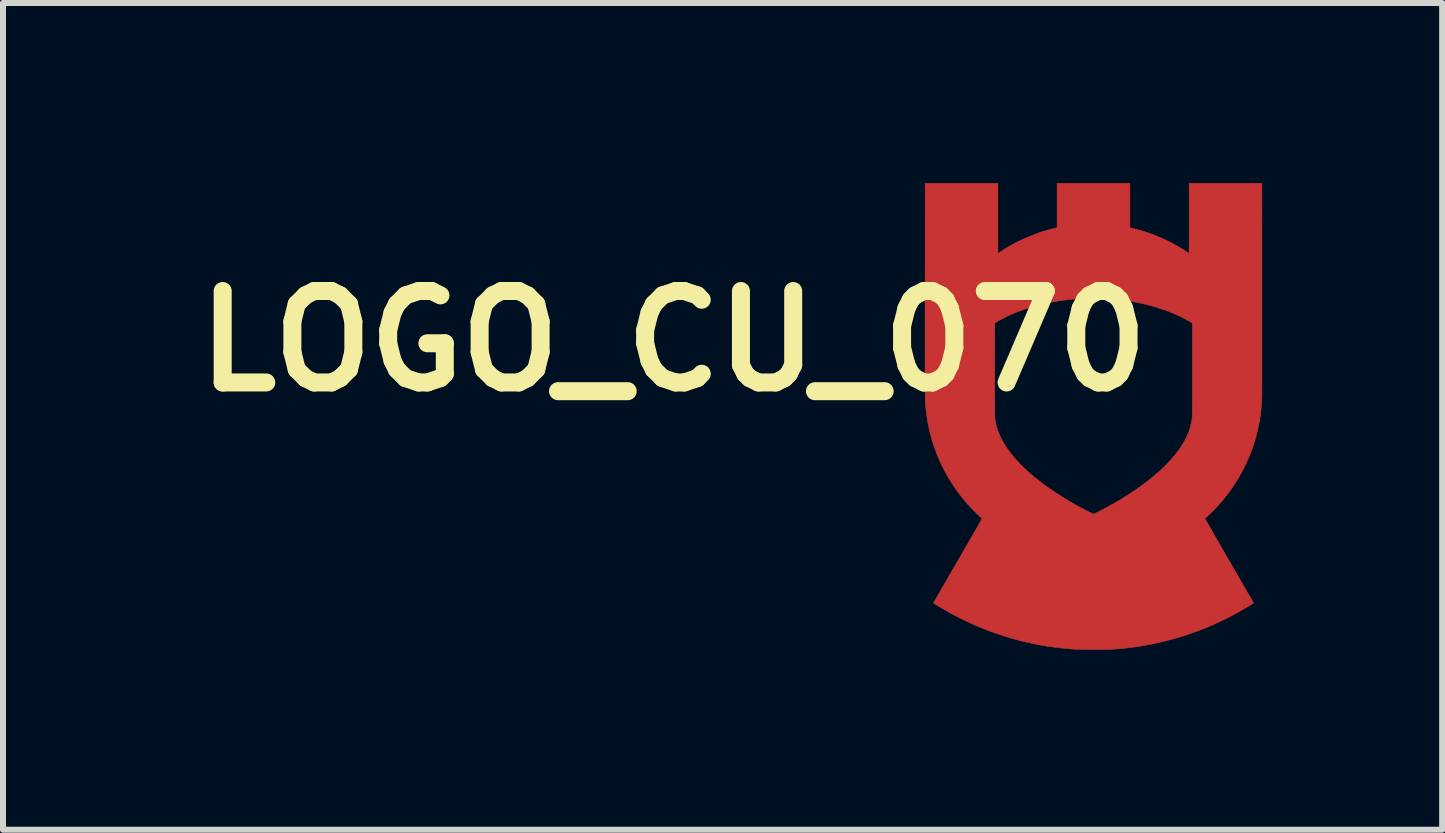
<source format=kicad_pcb>
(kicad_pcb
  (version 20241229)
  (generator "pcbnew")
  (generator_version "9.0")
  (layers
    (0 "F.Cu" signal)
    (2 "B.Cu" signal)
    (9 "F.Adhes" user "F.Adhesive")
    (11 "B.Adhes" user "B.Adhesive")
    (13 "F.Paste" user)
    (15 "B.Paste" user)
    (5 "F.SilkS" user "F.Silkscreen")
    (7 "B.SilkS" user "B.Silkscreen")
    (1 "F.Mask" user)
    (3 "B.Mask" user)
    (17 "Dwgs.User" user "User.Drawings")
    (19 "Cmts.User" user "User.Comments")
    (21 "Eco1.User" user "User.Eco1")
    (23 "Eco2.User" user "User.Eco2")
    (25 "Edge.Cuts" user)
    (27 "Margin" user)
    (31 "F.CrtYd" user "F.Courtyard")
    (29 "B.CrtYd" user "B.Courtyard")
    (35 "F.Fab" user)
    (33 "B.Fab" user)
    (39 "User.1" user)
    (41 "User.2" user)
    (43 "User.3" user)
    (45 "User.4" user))
  (footprint "LOGO_CU_070"
    (layer "F.Cu")
    (at 15.172 2.834)
    (property "Reference" "LOGO_CU_070" (at -7 -0.2 0) (layer "F.SilkS") (effects (font (size 1.524 1.524) (thickness 0.3))))
    (attr through_hole)
    (fp_poly (pts (xy -1.594 -2.244) (xy -1.594 -2.196) (xy -1.594 -2.15) (xy -1.594 -2.104) (xy -1.594 -2.06) (xy -1.594 -2.017) (xy -1.594 -1.976) (xy -1.594 -1.937) (xy -1.594 -1.899) (xy -1.594 -1.864) (xy -1.594 -1.831) (xy -1.594 -1.801) (xy -1.594 -1.773) (xy -1.594 -1.747) (xy -1.593 -1.725) (xy -1.593 -1.706) (xy -1.593 -1.689) (xy -1.593 -1.677) (xy -1.593 -1.667) (xy -1.593 -1.662) (xy -1.593 -1.66) (xy -1.591 -1.661) (xy -1.586 -1.664) (xy -1.579 -1.669) (xy -1.57 -1.675) (xy -1.559 -1.682) (xy -1.548 -1.689) (xy -1.502 -1.719) (xy -1.456 -1.748) (xy -1.411 -1.774) (xy -1.366 -1.8) (xy -1.319 -1.826) (xy -1.269 -1.851) (xy -1.244 -1.864) (xy -1.15 -1.908) (xy -1.054 -1.949) (xy -0.958 -1.986) (xy -0.861 -2.02) (xy -0.762 -2.05) (xy -0.661 -2.076) (xy -0.622 -2.085) (xy -0.606 -2.089) (xy -0.606 -2.829) (xy 0.606 -2.829) (xy 0.606 -2.089) (xy 0.618 -2.086) (xy 0.629 -2.084) (xy 0.644 -2.08) (xy 0.66 -2.076) (xy 0.679 -2.072) (xy 0.699 -2.066) (xy 0.719 -2.061) (xy 0.738 -2.056) (xy 0.757 -2.051) (xy 0.774 -2.046) (xy 0.782 -2.044) (xy 0.875 -2.015) (xy 0.968 -1.983) (xy 1.061 -1.947) (xy 1.152 -1.907) (xy 1.242 -1.865) (xy 1.331 -1.819) (xy 1.417 -1.771) (xy 1.501 -1.72) (xy 1.561 -1.681) (xy 1.57 -1.675) (xy 1.579 -1.669) (xy 1.586 -1.664) (xy 1.591 -1.661) (xy 1.593 -1.66) (xy 1.593 -1.662) (xy 1.593 -1.667) (xy 1.593 -1.677) (xy 1.593 -1.69) (xy 1.593 -1.706) (xy 1.593 -1.725) (xy 1.594 -1.747) (xy 1.594 -1.773) (xy 1.594 -1.801) (xy 1.594 -1.831) (xy 1.594 -1.864) (xy 1.594 -1.899) (xy 1.594 -1.937) (xy 1.594 -1.976) (xy 1.594 -2.017) (xy 1.594 -2.06) (xy 1.594 -2.104) (xy 1.594 -2.15) (xy 1.594 -2.196) (xy 1.594 -2.244) (xy 1.594 -2.829) (xy 2.805 -2.829) (xy 2.806 -1.096) (xy 2.806 -1.013) (xy 2.806 -0.931) (xy 2.806 -0.849) (xy 2.806 -0.769) (xy 2.806 -0.69) (xy 2.806 -0.611) (xy 2.806 -0.535) (xy 2.806 -0.459) (xy 2.806 -0.385) (xy 2.806 -0.313) (xy 2.806 -0.242) (xy 2.806 -0.173) (xy 2.806 -0.106) (xy 2.806 -0.041) (xy 2.806 0.022) (xy 2.806 0.083) (xy 2.806 0.142) (xy 2.806 0.198) (xy 2.806 0.252) (xy 2.806 0.304) (xy 2.806 0.353) (xy 2.806 0.399) (xy 2.806 0.442) (xy 2.805 0.483) (xy 2.805 0.52) (xy 2.805 0.555) (xy 2.805 0.586) (xy 2.805 0.614) (xy 2.805 0.639) (xy 2.805 0.66) (xy 2.805 0.678) (xy 2.805 0.692) (xy 2.805 0.702) (xy 2.805 0.708) (xy 2.805 0.709) (xy 2.804 0.751) (xy 2.802 0.791) (xy 2.8 0.828) (xy 2.798 0.866) (xy 2.795 0.903) (xy 2.791 0.943) (xy 2.788 0.965) (xy 2.775 1.068) (xy 2.758 1.17) (xy 2.736 1.272) (xy 2.712 1.373) (xy 2.683 1.472) (xy 2.651 1.571) (xy 2.615 1.669) (xy 2.575 1.765) (xy 2.533 1.859) (xy 2.486 1.952) (xy 2.436 2.043) (xy 2.383 2.132) (xy 2.327 2.219) (xy 2.268 2.304) (xy 2.236 2.347) (xy 2.189 2.406) (xy 2.141 2.465) (xy 2.09 2.523) (xy 2.038 2.579) (xy 1.985 2.634) (xy 1.932 2.686) (xy 1.88 2.735) (xy 1.871 2.742) (xy 1.865 2.748) (xy 1.859 2.753) (xy 1.856 2.757) (xy 1.855 2.758) (xy 1.856 2.76) (xy 1.859 2.765) (xy 1.864 2.773) (xy 1.87 2.785) (xy 1.878 2.799) (xy 1.888 2.815) (xy 1.899 2.835) (xy 1.912 2.857) (xy 1.925 2.881) (xy 1.941 2.907) (xy 1.957 2.936) (xy 1.975 2.966) (xy 1.993 2.998) (xy 2.012 3.032) (xy 2.033 3.067) (xy 2.054 3.104) (xy 2.076 3.141) (xy 2.098 3.18) (xy 2.121 3.22) (xy 2.144 3.26) (xy 2.168 3.302) (xy 2.192 3.343) (xy 2.216 3.385) (xy 2.241 3.428) (xy 2.265 3.47) (xy 2.29 3.512) (xy 2.314 3.555) (xy 2.338 3.597) (xy 2.362 3.638) (xy 2.386 3.679) (xy 2.409 3.719) (xy 2.432 3.758) (xy 2.454 3.796) (xy 2.475 3.833) (xy 2.496 3.869) (xy 2.516 3.904) (xy 2.535 3.936) (xy 2.553 3.968) (xy 2.57 3.997) (xy 2.586 4.024) (xy 2.6 4.049) (xy 2.614 4.072) (xy 2.626 4.093) (xy 2.636 4.111) (xy 2.645 4.126) (xy 2.652 4.139) (xy 2.658 4.148) (xy 2.662 4.155) (xy 2.664 4.158) (xy 2.664 4.159) (xy 2.666 4.162) (xy 2.666 4.164) (xy 2.664 4.166) (xy 2.659 4.169) (xy 2.651 4.174) (xy 2.642 4.18) (xy 2.631 4.186) (xy 2.625 4.191) (xy 2.504 4.263) (xy 2.382 4.333) (xy 2.259 4.398) (xy 2.134 4.46) (xy 2.007 4.519) (xy 1.879 4.574) (xy 1.749 4.625) (xy 1.618 4.672) (xy 1.486 4.716) (xy 1.352 4.756) (xy 1.217 4.792) (xy 1.081 4.825) (xy 0.943 4.854) (xy 0.857 4.87) (xy 0.783 4.882) (xy 0.706 4.894) (xy 0.627 4.904) (xy 0.549 4.914) (xy 0.47 4.922) (xy 0.394 4.929) (xy 0.389 4.929) (xy 0.374 4.93) (xy 0.36 4.931) (xy 0.347 4.932) (xy 0.336 4.933) (xy 0.324 4.934) (xy 0.314 4.935) (xy 0.303 4.935) (xy 0.292 4.936) (xy 0.281 4.936) (xy 0.269 4.936) (xy 0.256 4.937) (xy 0.242 4.937) (xy 0.226 4.937) (xy 0.209 4.937) (xy 0.189 4.938) (xy 0.167 4.938) (xy 0.143 4.938) (xy 0.116 4.938) (xy 0.085 4.938) (xy 0.051 4.938) (xy 0.015 4.938) (xy -0.026 4.938) (xy -0.063 4.938) (xy -0.097 4.938) (xy -0.127 4.938) (xy -0.154 4.938) (xy -0.178 4.938) (xy -0.2 4.938) (xy -0.218 4.938) (xy -0.235 4.938) (xy -0.249 4.937) (xy -0.262 4.937) (xy -0.273 4.937) (xy -0.282 4.936) (xy -0.29 4.936) (xy -0.292 4.936) (xy -0.421 4.926) (xy -0.548 4.914) (xy -0.672 4.898) (xy -0.796 4.88) (xy -0.918 4.858) (xy -1.04 4.834) (xy -1.161 4.806) (xy -1.191 4.799) (xy -1.326 4.763) (xy -1.46 4.724) (xy -1.593 4.681) (xy -1.724 4.634) (xy -1.854 4.584) (xy -1.982 4.53) (xy -2.109 4.472) (xy -2.234 4.411) (xy -2.358 4.346) (xy -2.481 4.277) (xy -2.601 4.205) (xy -2.621 4.193) (xy -2.635 4.184) (xy -2.645 4.177) (xy -2.653 4.172) (xy -2.659 4.168) (xy -2.662 4.166) (xy -2.664 4.164) (xy -2.665 4.162) (xy -2.665 4.161) (xy -2.664 4.16) (xy -2.663 4.158) (xy -2.66 4.152) (xy -2.655 4.144) (xy -2.648 4.132) (xy -2.64 4.118) (xy -2.63 4.101) (xy -2.619 4.081) (xy -2.606 4.059) (xy -2.592 4.035) (xy -2.576 4.008) (xy -2.56 3.98) (xy -2.542 3.949) (xy -2.523 3.917) (xy -2.504 3.883) (xy -2.484 3.848) (xy -2.462 3.811) (xy -2.44 3.773) (xy -2.418 3.734) (xy -2.395 3.694) (xy -2.372 3.654) (xy -2.348 3.613) (xy -2.324 3.571) (xy -2.299 3.529) (xy -2.275 3.486) (xy -2.25 3.444) (xy -2.226 3.402) (xy -2.202 3.36) (xy -2.177 3.318) (xy -2.154 3.276) (xy -2.13 3.235) (xy -2.107 3.195) (xy -2.084 3.156) (xy -2.062 3.118) (xy -2.041 3.081) (xy -2.02 3.045) (xy -2.001 3.011) (xy -1.982 2.979) (xy -1.964 2.948) (xy -1.947 2.918) (xy -1.931 2.891) (xy -1.917 2.866) (xy -1.904 2.844) (xy -1.892 2.823) (xy -1.882 2.805) (xy -1.873 2.79) (xy -1.866 2.778) (xy -1.861 2.769) (xy -1.857 2.762) (xy -1.856 2.759) (xy -1.855 2.759) (xy -1.857 2.757) (xy -1.861 2.753) (xy -1.867 2.747) (xy -1.874 2.74) (xy -1.883 2.731) (xy -1.891 2.724) (xy -1.921 2.696) (xy -1.953 2.666) (xy -1.986 2.633) (xy -2.019 2.599) (xy -2.052 2.565) (xy -2.084 2.53) (xy -2.115 2.496) (xy -2.13 2.478) (xy -2.197 2.397) (xy -2.26 2.314) (xy -2.32 2.229) (xy -2.377 2.142) (xy -2.431 2.053) (xy -2.481 1.962) (xy -2.528 1.87) (xy -2.571 1.775) (xy -2.611 1.68) (xy -2.647 1.582) (xy -2.68 1.484) (xy -2.709 1.384) (xy -2.734 1.283) (xy -2.756 1.181) (xy -2.773 1.078) (xy -2.787 0.975) (xy -2.793 0.918) (xy -2.797 0.875) (xy -2.8 0.834) (xy -2.802 0.792) (xy -2.804 0.748) (xy -2.805 0.71) (xy -2.805 0.705) (xy -2.805 0.695) (xy -2.805 0.682) (xy -2.805 0.666) (xy -2.805 0.645) (xy -2.805 0.621) (xy -2.805 0.594) (xy -2.805 0.564) (xy -2.805 0.53) (xy -2.805 0.493) (xy -2.806 0.453) (xy -2.806 0.411) (xy -2.806 0.365) (xy -2.806 0.317) (xy -2.806 0.266) (xy -2.806 0.213) (xy -2.806 0.157) (xy -2.806 0.098) (xy -2.806 0.038) (xy -2.806 -0.025) (xy -2.806 -0.089) (xy -2.806 -0.156) (xy -2.806 -0.224) (xy -2.806 -0.295) (xy -2.806 -0.367) (xy -2.806 -0.44) (xy -2.806 -0.5) (xy -1.648 -0.5) (xy -1.647 0.283) (xy -1.647 0.349) (xy -1.647 0.412) (xy -1.647 0.471) (xy -1.647 0.526) (xy -1.647 0.578) (xy -1.647 0.627) (xy -1.647 0.672) (xy -1.647 0.714) (xy -1.647 0.753) (xy -1.647 0.789) (xy -1.646 0.822) (xy -1.646 0.853) (xy -1.646 0.881) (xy -1.646 0.907) (xy -1.646 0.931) (xy -1.646 0.952) (xy -1.646 0.971) (xy -1.646 0.988) (xy -1.646 1.004) (xy -1.646 1.017) (xy -1.645 1.03) (xy -1.645 1.04) (xy -1.645 1.049) (xy -1.645 1.057) (xy -1.645 1.064) (xy -1.645 1.07) (xy -1.644 1.075) (xy -1.644 1.079) (xy -1.644 1.083) (xy -1.644 1.086) (xy -1.643 1.088) (xy -1.643 1.09) (xy -1.634 1.146) (xy -1.623 1.199) (xy -1.609 1.251) (xy -1.592 1.302) (xy -1.571 1.353) (xy -1.548 1.404) (xy -1.522 1.456) (xy -1.492 1.507) (xy -1.456 1.565) (xy -1.416 1.622) (xy -1.373 1.68) (xy -1.325 1.738) (xy -1.274 1.795) (xy -1.219 1.853) (xy -1.161 1.911) (xy -1.099 1.968) (xy -1.034 2.026) (xy -0.965 2.083) (xy -0.893 2.14) (xy -0.818 2.197) (xy -0.74 2.253) (xy -0.658 2.309) (xy -0.574 2.364) (xy -0.486 2.419) (xy -0.396 2.473) (xy -0.303 2.527) (xy -0.214 2.576) (xy -0.203 2.582) (xy -0.19 2.588) (xy -0.175 2.596) (xy -0.159 2.604) (xy -0.143 2.613) (xy -0.125 2.622) (xy -0.107 2.631) (xy -0.09 2.64) (xy -0.073 2.648) (xy -0.057 2.656) (xy -0.042 2.663) (xy -0.029 2.67) (xy -0.018 2.675) (xy -0.009 2.679) (xy -0.003 2.682) (xy -0.001 2.683) (xy -0.000445 2.683) (xy 0.002 2.682) (xy 0.008 2.68) (xy 0.016 2.676) (xy 0.026 2.672) (xy 0.037 2.666) (xy 0.042 2.664) (xy 0.074 2.648) (xy 0.108 2.631) (xy 0.143 2.613) (xy 0.18 2.593) (xy 0.218 2.574) (xy 0.255 2.553) (xy 0.291 2.533) (xy 0.326 2.514) (xy 0.342 2.505) (xy 0.434 2.451) (xy 0.523 2.397) (xy 0.609 2.341) (xy 0.693 2.285) (xy 0.774 2.229) (xy 0.851 2.172) (xy 0.925 2.115) (xy 0.996 2.057) (xy 1.064 2) (xy 1.128 1.942) (xy 1.189 1.884) (xy 1.245 1.826) (xy 1.298 1.769) (xy 1.304 1.761) (xy 1.354 1.703) (xy 1.4 1.644) (xy 1.442 1.586) (xy 1.48 1.528) (xy 1.514 1.471) (xy 1.544 1.413) (xy 1.57 1.356) (xy 1.593 1.299) (xy 1.611 1.242) (xy 1.626 1.185) (xy 1.636 1.137) (xy 1.637 1.131) (xy 1.638 1.126) (xy 1.639 1.121) (xy 1.639 1.116) (xy 1.64 1.111) (xy 1.641 1.106) (xy 1.642 1.101) (xy 1.642 1.096) (xy 1.643 1.09) (xy 1.643 1.084) (xy 1.644 1.076) (xy 1.644 1.068) (xy 1.645 1.06) (xy 1.645 1.05) (xy 1.645 1.038) (xy 1.646 1.026) (xy 1.646 1.012) (xy 1.646 0.997) (xy 1.646 0.98) (xy 1.647 0.961) (xy 1.647 0.94) (xy 1.647 0.917) (xy 1.647 0.892) (xy 1.647 0.865) (xy 1.647 0.835) (xy 1.647 0.803) (xy 1.647 0.768) (xy 1.648 0.731) (xy 1.648 0.69) (xy 1.648 0.647) (xy 1.648 0.6) (xy 1.648 0.55) (xy 1.648 0.497) (xy 1.648 0.44) (xy 1.648 0.38) (xy 1.648 0.316) (xy 1.648 0.267) (xy 1.648 -0.5) (xy 1.63 -0.511) (xy 1.609 -0.524) (xy 1.585 -0.538) (xy 1.557 -0.554) (xy 1.527 -0.57) (xy 1.493 -0.587) (xy 1.487 -0.591) (xy 1.405 -0.63) (xy 1.32 -0.667) (xy 1.232 -0.702) (xy 1.141 -0.734) (xy 1.049 -0.764) (xy 0.953 -0.792) (xy 0.856 -0.816) (xy 0.758 -0.838) (xy 0.657 -0.858) (xy 0.556 -0.874) (xy 0.484 -0.884) (xy 0.369 -0.897) (xy 0.253 -0.906) (xy 0.137 -0.912) (xy 0.021 -0.914) (xy -0.095 -0.913) (xy -0.21 -0.909) (xy -0.325 -0.901) (xy -0.439 -0.889) (xy -0.552 -0.875) (xy -0.663 -0.856) (xy -0.773 -0.835) (xy -0.882 -0.81) (xy -0.926 -0.799) (xy -0.992 -0.781) (xy -1.058 -0.761) (xy -1.124 -0.74) (xy -1.188 -0.717) (xy -1.252 -0.694) (xy -1.313 -0.67) (xy -1.373 -0.645) (xy -1.43 -0.619) (xy -1.485 -0.592) (xy -1.536 -0.566) (xy -1.585 -0.538) (xy -1.63 -0.511) (xy -1.634 -0.508) (xy -1.648 -0.5) (xy -2.806 -0.5) (xy -2.806 -0.515) (xy -2.806 -0.592) (xy -2.806 -0.67) (xy -2.806 -0.749) (xy -2.806 -0.829) (xy -2.806 -0.91) (xy -2.806 -0.992) (xy -2.806 -1.075) (xy -2.806 -1.096) (xy -2.805 -2.829) (xy -1.594 -2.829) (xy -1.594 -2.244)) (stroke (width 0.01) (type solid)) (fill yes) (layer "F.Cu"))
    (fp_poly (pts (xy -1.594 -2.244) (xy -1.594 -2.196) (xy -1.594 -2.15) (xy -1.594 -2.104) (xy -1.594 -2.06) (xy -1.594 -2.017) (xy -1.594 -1.976) (xy -1.594 -1.937) (xy -1.594 -1.899) (xy -1.594 -1.864) (xy -1.594 -1.831) (xy -1.594 -1.801) (xy -1.594 -1.773) (xy -1.594 -1.747) (xy -1.593 -1.725) (xy -1.593 -1.706) (xy -1.593 -1.689) (xy -1.593 -1.677) (xy -1.593 -1.667) (xy -1.593 -1.662) (xy -1.593 -1.66) (xy -1.591 -1.661) (xy -1.586 -1.664) (xy -1.579 -1.669) (xy -1.57 -1.675) (xy -1.559 -1.682) (xy -1.548 -1.689) (xy -1.502 -1.719) (xy -1.456 -1.748) (xy -1.411 -1.774) (xy -1.366 -1.8) (xy -1.319 -1.826) (xy -1.269 -1.851) (xy -1.244 -1.864) (xy -1.15 -1.908) (xy -1.054 -1.949) (xy -0.958 -1.986) (xy -0.861 -2.02) (xy -0.762 -2.05) (xy -0.661 -2.076) (xy -0.622 -2.085) (xy -0.606 -2.089) (xy -0.606 -2.829) (xy 0.606 -2.829) (xy 0.606 -2.089) (xy 0.618 -2.086) (xy 0.629 -2.084) (xy 0.644 -2.08) (xy 0.66 -2.076) (xy 0.679 -2.072) (xy 0.699 -2.066) (xy 0.719 -2.061) (xy 0.738 -2.056) (xy 0.757 -2.051) (xy 0.774 -2.046) (xy 0.782 -2.044) (xy 0.875 -2.015) (xy 0.968 -1.983) (xy 1.061 -1.947) (xy 1.152 -1.907) (xy 1.242 -1.865) (xy 1.331 -1.819) (xy 1.417 -1.771) (xy 1.501 -1.72) (xy 1.561 -1.681) (xy 1.57 -1.675) (xy 1.579 -1.669) (xy 1.586 -1.664) (xy 1.591 -1.661) (xy 1.593 -1.66) (xy 1.593 -1.662) (xy 1.593 -1.667) (xy 1.593 -1.677) (xy 1.593 -1.69) (xy 1.593 -1.706) (xy 1.593 -1.725) (xy 1.594 -1.747) (xy 1.594 -1.773) (xy 1.594 -1.801) (xy 1.594 -1.831) (xy 1.594 -1.864) (xy 1.594 -1.899) (xy 1.594 -1.937) (xy 1.594 -1.976) (xy 1.594 -2.017) (xy 1.594 -2.06) (xy 1.594 -2.104) (xy 1.594 -2.15) (xy 1.594 -2.196) (xy 1.594 -2.244) (xy 1.594 -2.829) (xy 2.805 -2.829) (xy 2.806 -1.096) (xy 2.806 -1.013) (xy 2.806 -0.931) (xy 2.806 -0.849) (xy 2.806 -0.769) (xy 2.806 -0.69) (xy 2.806 -0.611) (xy 2.806 -0.535) (xy 2.806 -0.459) (xy 2.806 -0.385) (xy 2.806 -0.313) (xy 2.806 -0.242) (xy 2.806 -0.173) (xy 2.806 -0.106) (xy 2.806 -0.041) (xy 2.806 0.022) (xy 2.806 0.083) (xy 2.806 0.142) (xy 2.806 0.198) (xy 2.806 0.252) (xy 2.806 0.304) (xy 2.806 0.353) (xy 2.806 0.399) (xy 2.806 0.442) (xy 2.805 0.483) (xy 2.805 0.52) (xy 2.805 0.555) (xy 2.805 0.586) (xy 2.805 0.614) (xy 2.805 0.639) (xy 2.805 0.66) (xy 2.805 0.678) (xy 2.805 0.692) (xy 2.805 0.702) (xy 2.805 0.708) (xy 2.805 0.709) (xy 2.804 0.751) (xy 2.802 0.791) (xy 2.8 0.828) (xy 2.798 0.866) (xy 2.795 0.903) (xy 2.791 0.943) (xy 2.788 0.965) (xy 2.775 1.068) (xy 2.758 1.17) (xy 2.736 1.272) (xy 2.712 1.373) (xy 2.683 1.472) (xy 2.651 1.571) (xy 2.615 1.669) (xy 2.575 1.765) (xy 2.533 1.859) (xy 2.486 1.952) (xy 2.436 2.043) (xy 2.383 2.132) (xy 2.327 2.219) (xy 2.268 2.304) (xy 2.236 2.347) (xy 2.189 2.406) (xy 2.141 2.465) (xy 2.09 2.523) (xy 2.038 2.579) (xy 1.985 2.634) (xy 1.932 2.686) (xy 1.88 2.735) (xy 1.871 2.742) (xy 1.865 2.748) (xy 1.859 2.753) (xy 1.856 2.757) (xy 1.855 2.758) (xy 1.856 2.76) (xy 1.859 2.765) (xy 1.864 2.773) (xy 1.87 2.785) (xy 1.878 2.799) (xy 1.888 2.815) (xy 1.899 2.835) (xy 1.912 2.857) (xy 1.925 2.881) (xy 1.941 2.907) (xy 1.957 2.936) (xy 1.975 2.966) (xy 1.993 2.998) (xy 2.012 3.032) (xy 2.033 3.067) (xy 2.054 3.104) (xy 2.076 3.141) (xy 2.098 3.18) (xy 2.121 3.22) (xy 2.144 3.26) (xy 2.168 3.302) (xy 2.192 3.343) (xy 2.216 3.385) (xy 2.241 3.428) (xy 2.265 3.47) (xy 2.29 3.512) (xy 2.314 3.555) (xy 2.338 3.597) (xy 2.362 3.638) (xy 2.386 3.679) (xy 2.409 3.719) (xy 2.432 3.758) (xy 2.454 3.796) (xy 2.475 3.833) (xy 2.496 3.869) (xy 2.516 3.904) (xy 2.535 3.936) (xy 2.553 3.968) (xy 2.57 3.997) (xy 2.586 4.024) (xy 2.6 4.049) (xy 2.614 4.072) (xy 2.626 4.093) (xy 2.636 4.111) (xy 2.645 4.126) (xy 2.652 4.139) (xy 2.658 4.148) (xy 2.662 4.155) (xy 2.664 4.158) (xy 2.664 4.159) (xy 2.666 4.162) (xy 2.666 4.164) (xy 2.664 4.166) (xy 2.659 4.169) (xy 2.651 4.174) (xy 2.642 4.18) (xy 2.631 4.186) (xy 2.625 4.191) (xy 2.504 4.263) (xy 2.382 4.333) (xy 2.259 4.398) (xy 2.134 4.46) (xy 2.007 4.519) (xy 1.879 4.574) (xy 1.749 4.625) (xy 1.618 4.672) (xy 1.486 4.716) (xy 1.352 4.756) (xy 1.217 4.792) (xy 1.081 4.825) (xy 0.943 4.854) (xy 0.857 4.87) (xy 0.783 4.882) (xy 0.706 4.894) (xy 0.627 4.904) (xy 0.549 4.914) (xy 0.47 4.922) (xy 0.394 4.929) (xy 0.389 4.929) (xy 0.374 4.93) (xy 0.36 4.931) (xy 0.347 4.932) (xy 0.336 4.933) (xy 0.324 4.934) (xy 0.314 4.935) (xy 0.303 4.935) (xy 0.292 4.936) (xy 0.281 4.936) (xy 0.269 4.936) (xy 0.256 4.937) (xy 0.242 4.937) (xy 0.226 4.937) (xy 0.209 4.937) (xy 0.189 4.938) (xy 0.167 4.938) (xy 0.143 4.938) (xy 0.116 4.938) (xy 0.085 4.938) (xy 0.051 4.938) (xy 0.015 4.938) (xy -0.026 4.938) (xy -0.063 4.938) (xy -0.097 4.938) (xy -0.127 4.938) (xy -0.154 4.938) (xy -0.178 4.938) (xy -0.2 4.938) (xy -0.218 4.938) (xy -0.235 4.938) (xy -0.249 4.937) (xy -0.262 4.937) (xy -0.273 4.937) (xy -0.282 4.936) (xy -0.29 4.936) (xy -0.292 4.936) (xy -0.421 4.926) (xy -0.548 4.914) (xy -0.672 4.898) (xy -0.796 4.88) (xy -0.918 4.858) (xy -1.04 4.834) (xy -1.161 4.806) (xy -1.191 4.799) (xy -1.326 4.763) (xy -1.46 4.724) (xy -1.593 4.681) (xy -1.724 4.634) (xy -1.854 4.584) (xy -1.982 4.53) (xy -2.109 4.472) (xy -2.234 4.411) (xy -2.358 4.346) (xy -2.481 4.277) (xy -2.601 4.205) (xy -2.621 4.193) (xy -2.635 4.184) (xy -2.645 4.177) (xy -2.653 4.172) (xy -2.659 4.168) (xy -2.662 4.166) (xy -2.664 4.164) (xy -2.665 4.162) (xy -2.665 4.161) (xy -2.664 4.16) (xy -2.663 4.158) (xy -2.66 4.152) (xy -2.655 4.144) (xy -2.648 4.132) (xy -2.64 4.118) (xy -2.63 4.101) (xy -2.619 4.081) (xy -2.606 4.059) (xy -2.592 4.035) (xy -2.576 4.008) (xy -2.56 3.98) (xy -2.542 3.949) (xy -2.523 3.917) (xy -2.504 3.883) (xy -2.484 3.848) (xy -2.462 3.811) (xy -2.44 3.773) (xy -2.418 3.734) (xy -2.395 3.694) (xy -2.372 3.654) (xy -2.348 3.613) (xy -2.324 3.571) (xy -2.299 3.529) (xy -2.275 3.486) (xy -2.25 3.444) (xy -2.226 3.402) (xy -2.202 3.36) (xy -2.177 3.318) (xy -2.154 3.276) (xy -2.13 3.235) (xy -2.107 3.195) (xy -2.084 3.156) (xy -2.062 3.118) (xy -2.041 3.081) (xy -2.02 3.045) (xy -2.001 3.011) (xy -1.982 2.979) (xy -1.964 2.948) (xy -1.947 2.918) (xy -1.931 2.891) (xy -1.917 2.866) (xy -1.904 2.844) (xy -1.892 2.823) (xy -1.882 2.805) (xy -1.873 2.79) (xy -1.866 2.778) (xy -1.861 2.769) (xy -1.857 2.762) (xy -1.856 2.759) (xy -1.855 2.759) (xy -1.857 2.757) (xy -1.861 2.753) (xy -1.867 2.747) (xy -1.874 2.74) (xy -1.883 2.731) (xy -1.891 2.724) (xy -1.921 2.696) (xy -1.953 2.666) (xy -1.986 2.633) (xy -2.019 2.599) (xy -2.052 2.565) (xy -2.084 2.53) (xy -2.115 2.496) (xy -2.13 2.478) (xy -2.197 2.397) (xy -2.26 2.314) (xy -2.32 2.229) (xy -2.377 2.142) (xy -2.431 2.053) (xy -2.481 1.962) (xy -2.528 1.87) (xy -2.571 1.775) (xy -2.611 1.68) (xy -2.647 1.582) (xy -2.68 1.484) (xy -2.709 1.384) (xy -2.734 1.283) (xy -2.756 1.181) (xy -2.773 1.078) (xy -2.787 0.975) (xy -2.793 0.918) (xy -2.797 0.875) (xy -2.8 0.834) (xy -2.802 0.792) (xy -2.804 0.748) (xy -2.805 0.71) (xy -2.805 0.705) (xy -2.805 0.695) (xy -2.805 0.682) (xy -2.805 0.666) (xy -2.805 0.645) (xy -2.805 0.621) (xy -2.805 0.594) (xy -2.805 0.564) (xy -2.805 0.53) (xy -2.805 0.493) (xy -2.806 0.453) (xy -2.806 0.411) (xy -2.806 0.365) (xy -2.806 0.317) (xy -2.806 0.266) (xy -2.806 0.213) (xy -2.806 0.157) (xy -2.806 0.098) (xy -2.806 0.038) (xy -2.806 -0.025) (xy -2.806 -0.089) (xy -2.806 -0.156) (xy -2.806 -0.224) (xy -2.806 -0.295) (xy -2.806 -0.367) (xy -2.806 -0.44) (xy -2.806 -0.5) (xy -1.648 -0.5) (xy -1.647 0.283) (xy -1.647 0.349) (xy -1.647 0.412) (xy -1.647 0.471) (xy -1.647 0.526) (xy -1.647 0.578) (xy -1.647 0.627) (xy -1.647 0.672) (xy -1.647 0.714) (xy -1.647 0.753) (xy -1.647 0.789) (xy -1.646 0.822) (xy -1.646 0.853) (xy -1.646 0.881) (xy -1.646 0.907) (xy -1.646 0.931) (xy -1.646 0.952) (xy -1.646 0.971) (xy -1.646 0.988) (xy -1.646 1.004) (xy -1.646 1.017) (xy -1.645 1.03) (xy -1.645 1.04) (xy -1.645 1.049) (xy -1.645 1.057) (xy -1.645 1.064) (xy -1.645 1.07) (xy -1.644 1.075) (xy -1.644 1.079) (xy -1.644 1.083) (xy -1.644 1.086) (xy -1.643 1.088) (xy -1.643 1.09) (xy -1.634 1.146) (xy -1.623 1.199) (xy -1.609 1.251) (xy -1.592 1.302) (xy -1.571 1.353) (xy -1.548 1.404) (xy -1.522 1.456) (xy -1.492 1.507) (xy -1.456 1.565) (xy -1.416 1.622) (xy -1.373 1.68) (xy -1.325 1.738) (xy -1.274 1.795) (xy -1.219 1.853) (xy -1.161 1.911) (xy -1.099 1.968) (xy -1.034 2.026) (xy -0.965 2.083) (xy -0.893 2.14) (xy -0.818 2.197) (xy -0.74 2.253) (xy -0.658 2.309) (xy -0.574 2.364) (xy -0.486 2.419) (xy -0.396 2.473) (xy -0.303 2.527) (xy -0.214 2.576) (xy -0.203 2.582) (xy -0.19 2.588) (xy -0.175 2.596) (xy -0.159 2.604) (xy -0.143 2.613) (xy -0.125 2.622) (xy -0.107 2.631) (xy -0.09 2.64) (xy -0.073 2.648) (xy -0.057 2.656) (xy -0.042 2.663) (xy -0.029 2.67) (xy -0.018 2.675) (xy -0.009 2.679) (xy -0.003 2.682) (xy -0.001 2.683) (xy -0.000445 2.683) (xy 0.002 2.682) (xy 0.008 2.68) (xy 0.016 2.676) (xy 0.026 2.672) (xy 0.037 2.666) (xy 0.042 2.664) (xy 0.074 2.648) (xy 0.108 2.631) (xy 0.143 2.613) (xy 0.18 2.593) (xy 0.218 2.574) (xy 0.255 2.553) (xy 0.291 2.533) (xy 0.326 2.514) (xy 0.342 2.505) (xy 0.434 2.451) (xy 0.523 2.397) (xy 0.609 2.341) (xy 0.693 2.285) (xy 0.774 2.229) (xy 0.851 2.172) (xy 0.925 2.115) (xy 0.996 2.057) (xy 1.064 2) (xy 1.128 1.942) (xy 1.189 1.884) (xy 1.245 1.826) (xy 1.298 1.769) (xy 1.304 1.761) (xy 1.354 1.703) (xy 1.4 1.644) (xy 1.442 1.586) (xy 1.48 1.528) (xy 1.514 1.471) (xy 1.544 1.413) (xy 1.57 1.356) (xy 1.593 1.299) (xy 1.611 1.242) (xy 1.626 1.185) (xy 1.636 1.137) (xy 1.637 1.131) (xy 1.638 1.126) (xy 1.639 1.121) (xy 1.639 1.116) (xy 1.64 1.111) (xy 1.641 1.106) (xy 1.642 1.101) (xy 1.642 1.096) (xy 1.643 1.09) (xy 1.643 1.084) (xy 1.644 1.076) (xy 1.644 1.068) (xy 1.645 1.06) (xy 1.645 1.05) (xy 1.645 1.038) (xy 1.646 1.026) (xy 1.646 1.012) (xy 1.646 0.997) (xy 1.646 0.98) (xy 1.647 0.961) (xy 1.647 0.94) (xy 1.647 0.917) (xy 1.647 0.892) (xy 1.647 0.865) (xy 1.647 0.835) (xy 1.647 0.803) (xy 1.647 0.768) (xy 1.648 0.731) (xy 1.648 0.69) (xy 1.648 0.647) (xy 1.648 0.6) (xy 1.648 0.55) (xy 1.648 0.497) (xy 1.648 0.44) (xy 1.648 0.38) (xy 1.648 0.316) (xy 1.648 0.267) (xy 1.648 -0.5) (xy 1.63 -0.511) (xy 1.609 -0.524) (xy 1.585 -0.538) (xy 1.557 -0.554) (xy 1.527 -0.57) (xy 1.493 -0.587) (xy 1.487 -0.591) (xy 1.405 -0.63) (xy 1.32 -0.667) (xy 1.232 -0.702) (xy 1.141 -0.734) (xy 1.049 -0.764) (xy 0.953 -0.792) (xy 0.856 -0.816) (xy 0.758 -0.838) (xy 0.657 -0.858) (xy 0.556 -0.874) (xy 0.484 -0.884) (xy 0.369 -0.897) (xy 0.253 -0.906) (xy 0.137 -0.912) (xy 0.021 -0.914) (xy -0.095 -0.913) (xy -0.21 -0.909) (xy -0.325 -0.901) (xy -0.439 -0.889) (xy -0.552 -0.875) (xy -0.663 -0.856) (xy -0.773 -0.835) (xy -0.882 -0.81) (xy -0.926 -0.799) (xy -0.992 -0.781) (xy -1.058 -0.761) (xy -1.124 -0.74) (xy -1.188 -0.717) (xy -1.252 -0.694) (xy -1.313 -0.67) (xy -1.373 -0.645) (xy -1.43 -0.619) (xy -1.485 -0.592) (xy -1.536 -0.566) (xy -1.585 -0.538) (xy -1.63 -0.511) (xy -1.634 -0.508) (xy -1.648 -0.5) (xy -2.806 -0.5) (xy -2.806 -0.515) (xy -2.806 -0.592) (xy -2.806 -0.67) (xy -2.806 -0.749) (xy -2.806 -0.829) (xy -2.806 -0.91) (xy -2.806 -0.992) (xy -2.806 -1.075) (xy -2.806 -1.096) (xy -2.805 -2.829) (xy -1.594 -2.829) (xy -1.594 -2.244)) (stroke (width 0.01) (type solid)) (fill yes) (layer "F.Mask")))
  (gr_rect
    (start -3 -3)
    (end 20.982 10.777)
    (stroke (width 0.1) (type default))
    (fill no)
    (layer "Edge.Cuts")))
</source>
